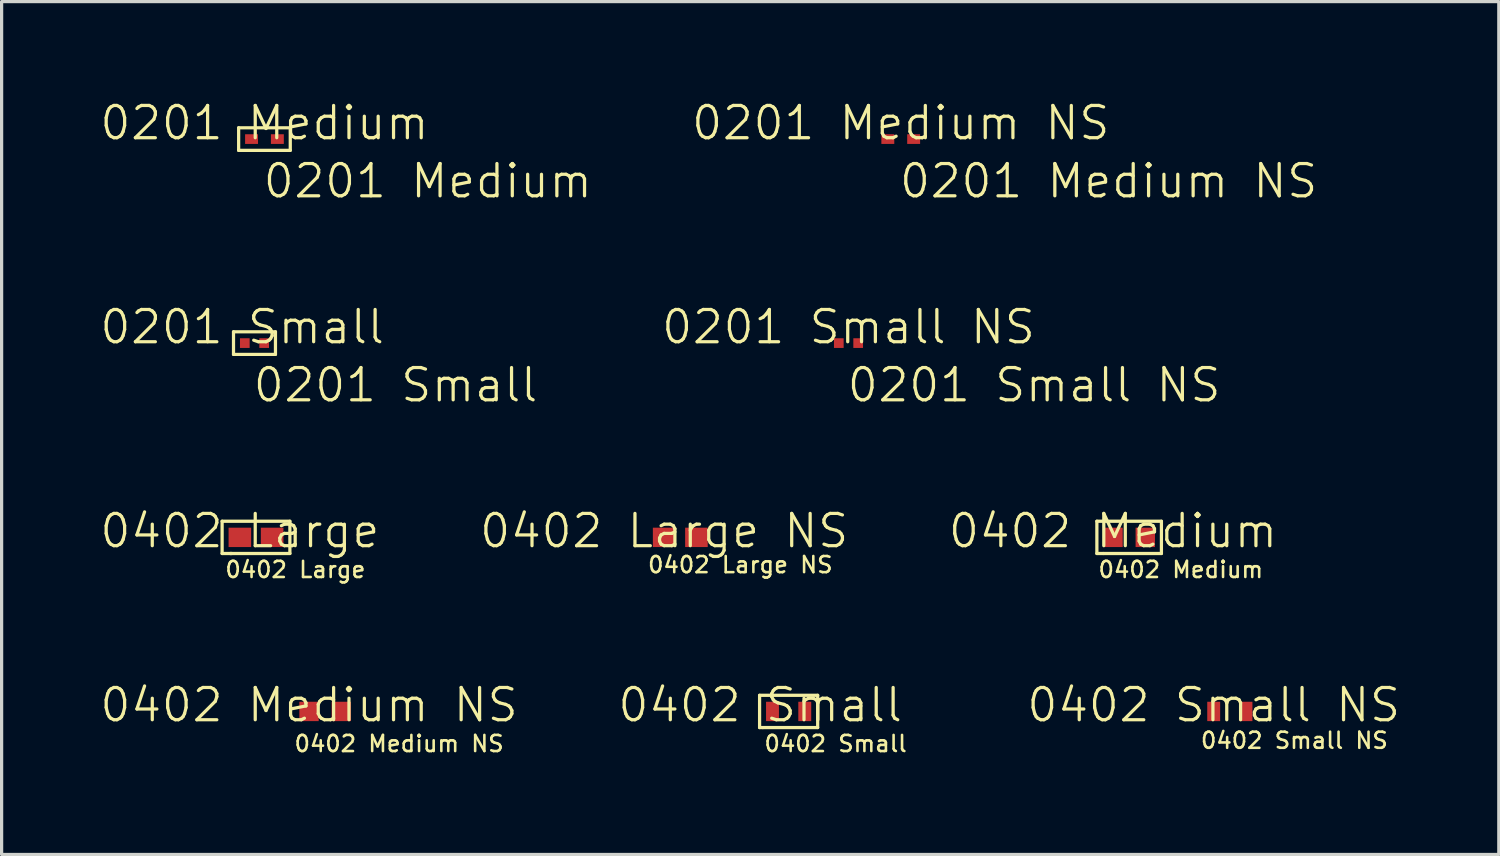
<source format=kicad_pcb>
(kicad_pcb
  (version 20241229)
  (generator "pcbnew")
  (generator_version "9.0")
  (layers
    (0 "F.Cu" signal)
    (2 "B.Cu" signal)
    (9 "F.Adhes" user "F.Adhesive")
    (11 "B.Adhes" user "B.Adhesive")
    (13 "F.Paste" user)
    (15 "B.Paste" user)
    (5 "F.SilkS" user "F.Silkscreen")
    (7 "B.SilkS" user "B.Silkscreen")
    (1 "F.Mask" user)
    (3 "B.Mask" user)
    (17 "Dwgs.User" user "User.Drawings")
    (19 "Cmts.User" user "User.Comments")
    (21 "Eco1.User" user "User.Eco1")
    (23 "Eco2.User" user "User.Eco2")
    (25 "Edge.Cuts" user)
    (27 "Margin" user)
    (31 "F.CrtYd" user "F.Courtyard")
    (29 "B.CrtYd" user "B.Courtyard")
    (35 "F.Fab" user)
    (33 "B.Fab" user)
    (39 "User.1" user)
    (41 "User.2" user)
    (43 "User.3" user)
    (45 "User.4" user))
  (footprint "0402 Large NS"
    (layer "F.Cu")
    (at 17.531 13.902)
    (property "Reference" "0402 Large NS" (at 0 -0.5 0) (unlocked yes) (layer "F.SilkS") (effects (font (size 1 1) (thickness 0.1))))
    (attr smd)
    (fp_text user "${REFERENCE}" (at -0.55 0.55 0) (unlocked yes) (layer "F.SilkS") (effects (font (size 0.5 0.5) (thickness 0.08)) (justify left)))
    (pad "1" smd rect (at 0 -0.3) (size 0.7 0.6) (layers "F.Cu" "F.Mask" "F.Paste"))
    (pad "2" smd rect (at 1 -0.3) (size 0.7 0.6) (layers "F.Cu" "F.Mask" "F.Paste")))
  (footprint "0201 Medium"
    (layer "F.Cu")
    (at 5.145 1.26)
    (property "Reference" "0201 Medium" (at 0 -0.5 0) (unlocked yes) (layer "F.SilkS") (effects (font (size 1 1) (thickness 0.1))))
    (attr smd)
    (fp_line (start -0.8 -0.35) (end -0.8 0.35) (stroke (width 0.1) (type default)) (layer "F.SilkS"))
    (fp_line (start -0.8 0.35) (end 0.8 0.35) (stroke (width 0.1) (type default)) (layer "F.SilkS"))
    (fp_line (start 0.8 -0.35) (end -0.8 -0.35) (stroke (width 0.1) (type default)) (layer "F.SilkS"))
    (fp_line (start 0.8 0.35) (end 0.8 -0.35) (stroke (width 0.1) (type default)) (layer "F.SilkS"))
    (fp_text user "${REFERENCE}" (at -0.1 1.3 0) (unlocked yes) (layer "F.SilkS") (effects (font (size 1 1) (thickness 0.1)) (justify left)))
    (pad "1" smd rect (at -0.4 0) (size 0.4 0.3) (layers "F.Cu" "F.Mask"))
    (pad "2" smd rect (at 0.4 0) (size 0.4 0.3) (layers "F.Cu" "F.Mask")))
  (footprint "0402 Large"
    (layer "F.Cu")
    (at 4.383 13.902)
    (property "Reference" "0402 Large" (at 0 -0.5 0) (unlocked yes) (layer "F.SilkS") (effects (font (size 1 1) (thickness 0.1))))
    (attr smd)
    (fp_line (start -0.55 -0.8) (end -0.55 0.2) (stroke (width 0.1) (type default)) (layer "F.SilkS"))
    (fp_line (start -0.55 0.2) (end -0.25 0.2) (stroke (width 0.1) (type default)) (layer "F.SilkS"))
    (fp_line (start -0.3 0.2) (end 1.55 0.2) (stroke (width 0.1) (type default)) (layer "F.SilkS"))
    (fp_line (start 1.55 -0.8) (end -0.55 -0.8) (stroke (width 0.1) (type default)) (layer "F.SilkS"))
    (fp_line (start 1.55 0.2) (end 1.55 -0.8) (stroke (width 0.1) (type default)) (layer "F.SilkS"))
    (fp_text user "${REFERENCE}" (at -0.5 0.7 0) (unlocked yes) (layer "F.SilkS") (effects (font (size 0.5 0.5) (thickness 0.08)) (justify left)))
    (pad "1" smd rect (at 0 -0.3) (size 0.7 0.6) (layers "F.Cu" "F.Mask" "F.Paste"))
    (pad "2" smd rect (at 1 -0.3) (size 0.7 0.6) (layers "F.Cu" "F.Mask" "F.Paste")))
  (footprint "0201 Medium NS"
    (layer "F.Cu")
    (at 24.862 1.26)
    (property "Reference" "0201 Medium NS" (at 0 -0.5 0) (unlocked yes) (layer "F.SilkS") (effects (font (size 1 1) (thickness 0.1))))
    (attr smd)
    (fp_text user "${REFERENCE}" (at -0.1 1.3 0) (unlocked yes) (layer "F.SilkS") (effects (font (size 1 1) (thickness 0.1)) (justify left)))
    (pad "1" smd rect (at -0.4 0) (size 0.4 0.3) (layers "F.Cu" "F.Mask"))
    (pad "2" smd rect (at 0.4 0) (size 0.4 0.3) (layers "F.Cu" "F.Mask")))
  (footprint "0201 Small NS"
    (layer "F.Cu")
    (at 23.243 7.582)
    (property "Reference" "0201 Small NS" (at 0 -0.5 0) (unlocked yes) (layer "F.SilkS") (effects (font (size 1 1) (thickness 0.1))))
    (attr smd)
    (fp_text user "${REFERENCE}" (at -0.1 1.3 0) (unlocked yes) (layer "F.SilkS") (effects (font (size 1 1) (thickness 0.1)) (justify left)))
    (pad "1" smd rect (at -0.3 0) (size 0.3 0.3) (layers "F.Cu" "F.Mask"))
    (pad "2" smd rect (at 0.3 0) (size 0.3 0.3) (layers "F.Cu" "F.Mask")))
  (footprint "0402 Medium"
    (layer "F.Cu")
    (at 31.44 13.902)
    (property "Reference" "0402 Medium" (at 0 -0.5 0) (unlocked yes) (layer "F.SilkS") (effects (font (size 1 1) (thickness 0.1))))
    (attr smd)
    (fp_line (start -0.5 -0.8) (end -0.5 0.2) (stroke (width 0.1) (type default)) (layer "F.SilkS"))
    (fp_line (start -0.5 0.2) (end -0.3 0.2) (stroke (width 0.1) (type default)) (layer "F.SilkS"))
    (fp_line (start -0.3 0.2) (end 1.5 0.2) (stroke (width 0.1) (type default)) (layer "F.SilkS"))
    (fp_line (start 1.5 -0.8) (end -0.5 -0.8) (stroke (width 0.1) (type default)) (layer "F.SilkS"))
    (fp_line (start 1.5 0.2) (end 1.5 -0.8) (stroke (width 0.1) (type default)) (layer "F.SilkS"))
    (fp_text user "${REFERENCE}" (at -0.5 0.7 0) (unlocked yes) (layer "F.SilkS") (effects (font (size 0.5 0.5) (thickness 0.08)) (justify left)))
    (pad "1" smd rect (at 0 -0.3) (size 0.6 0.6) (layers "F.Cu" "F.Mask" "F.Paste"))
    (pad "2" smd rect (at 1 -0.3) (size 0.6 0.6) (layers "F.Cu" "F.Mask" "F.Paste")))
  (footprint "0402 Small NS"
    (layer "F.Cu")
    (at 34.56 19.296)
    (property "Reference" "0402 Small NS" (at 0 -0.5 0) (unlocked yes) (layer "F.SilkS") (effects (font (size 1 1) (thickness 0.1))))
    (attr smd)
    (fp_text user "${REFERENCE}" (at 2.5 0.6 0) (unlocked yes) (layer "F.SilkS") (effects (font (size 0.5 0.5) (thickness 0.08))))
    (pad "1" smd rect (at 0 -0.3) (size 0.4 0.6) (layers "F.Cu" "F.Mask" "F.Paste"))
    (pad "2" smd rect (at 1 -0.3) (size 0.4 0.6) (layers "F.Cu" "F.Mask" "F.Paste")))
  (footprint "0402 Medium NS"
    (layer "F.Cu")
    (at 6.526 19.296)
    (property "Reference" "0402 Medium NS" (at 0 -0.5 0) (unlocked yes) (layer "F.SilkS") (effects (font (size 1 1) (thickness 0.1))))
    (attr smd)
    (fp_text user "${REFERENCE}" (at -0.5 0.7 0) (unlocked yes) (layer "F.SilkS") (effects (font (size 0.5 0.5) (thickness 0.08)) (justify left)))
    (pad "1" smd rect (at 0 -0.3) (size 0.6 0.6) (layers "F.Cu" "F.Mask" "F.Paste"))
    (pad "2" smd rect (at 1 -0.3) (size 0.6 0.6) (layers "F.Cu" "F.Mask" "F.Paste")))
  (footprint "0402 Small "
    (layer "F.Cu")
    (at 20.888 19.296)
    (property "Reference" "0402 Small " (at 0 -0.5 0) (unlocked yes) (layer "F.SilkS") (effects (font (size 1 1) (thickness 0.1))))
    (attr smd)
    (fp_line (start -0.4 -0.8) (end -0.4 0.2) (stroke (width 0.1) (type default)) (layer "F.SilkS"))
    (fp_line (start -0.4 0.2) (end -0.3 0.2) (stroke (width 0.1) (type default)) (layer "F.SilkS"))
    (fp_line (start -0.3 0.2) (end 1.4 0.2) (stroke (width 0.1) (type default)) (layer "F.SilkS"))
    (fp_line (start 1.4 -0.8) (end -0.4 -0.8) (stroke (width 0.1) (type default)) (layer "F.SilkS"))
    (fp_line (start 1.4 0.2) (end 1.4 -0.8) (stroke (width 0.1) (type default)) (layer "F.SilkS"))
    (fp_text user "${REFERENCE}" (at -0.3 0.7 0) (unlocked yes) (layer "F.SilkS") (effects (font (size 0.5 0.5) (thickness 0.08)) (justify left)))
    (pad "1" smd rect (at 0 -0.3) (size 0.4 0.6) (layers "F.Cu" "F.Mask" "F.Paste"))
    (pad "2" smd rect (at 1 -0.3) (size 0.4 0.6) (layers "F.Cu" "F.Mask" "F.Paste")))
  (footprint "0201 Small "
    (layer "F.Cu")
    (at 4.836 7.582)
    (property "Reference" "0201 Small " (at 0 -0.5 0) (unlocked yes) (layer "F.SilkS") (effects (font (size 1 1) (thickness 0.1))))
    (attr smd)
    (fp_line (start -0.65 -0.35) (end -0.65 0.35) (stroke (width 0.1) (type default)) (layer "F.SilkS"))
    (fp_line (start -0.65 0.35) (end 0.65 0.35) (stroke (width 0.1) (type default)) (layer "F.SilkS"))
    (fp_line (start 0.65 -0.35) (end -0.65 -0.35) (stroke (width 0.1) (type default)) (layer "F.SilkS"))
    (fp_line (start 0.65 0.35) (end 0.65 -0.35) (stroke (width 0.1) (type default)) (layer "F.SilkS"))
    (fp_text user "${REFERENCE}" (at -0.1 1.3 0) (unlocked yes) (layer "F.SilkS") (effects (font (size 1 1) (thickness 0.1)) (justify left)))
    (pad "1" smd rect (at -0.3 0) (size 0.3 0.3) (layers "F.Cu" "F.Mask"))
    (pad "2" smd rect (at 0.3 0) (size 0.3 0.3) (layers "F.Cu" "F.Mask")))
  (gr_rect
    (start -3 -3)
    (end 43.395 23.429)
    (stroke (width 0.1) (type default))
    (fill no)
    (layer "Edge.Cuts")))
</source>
